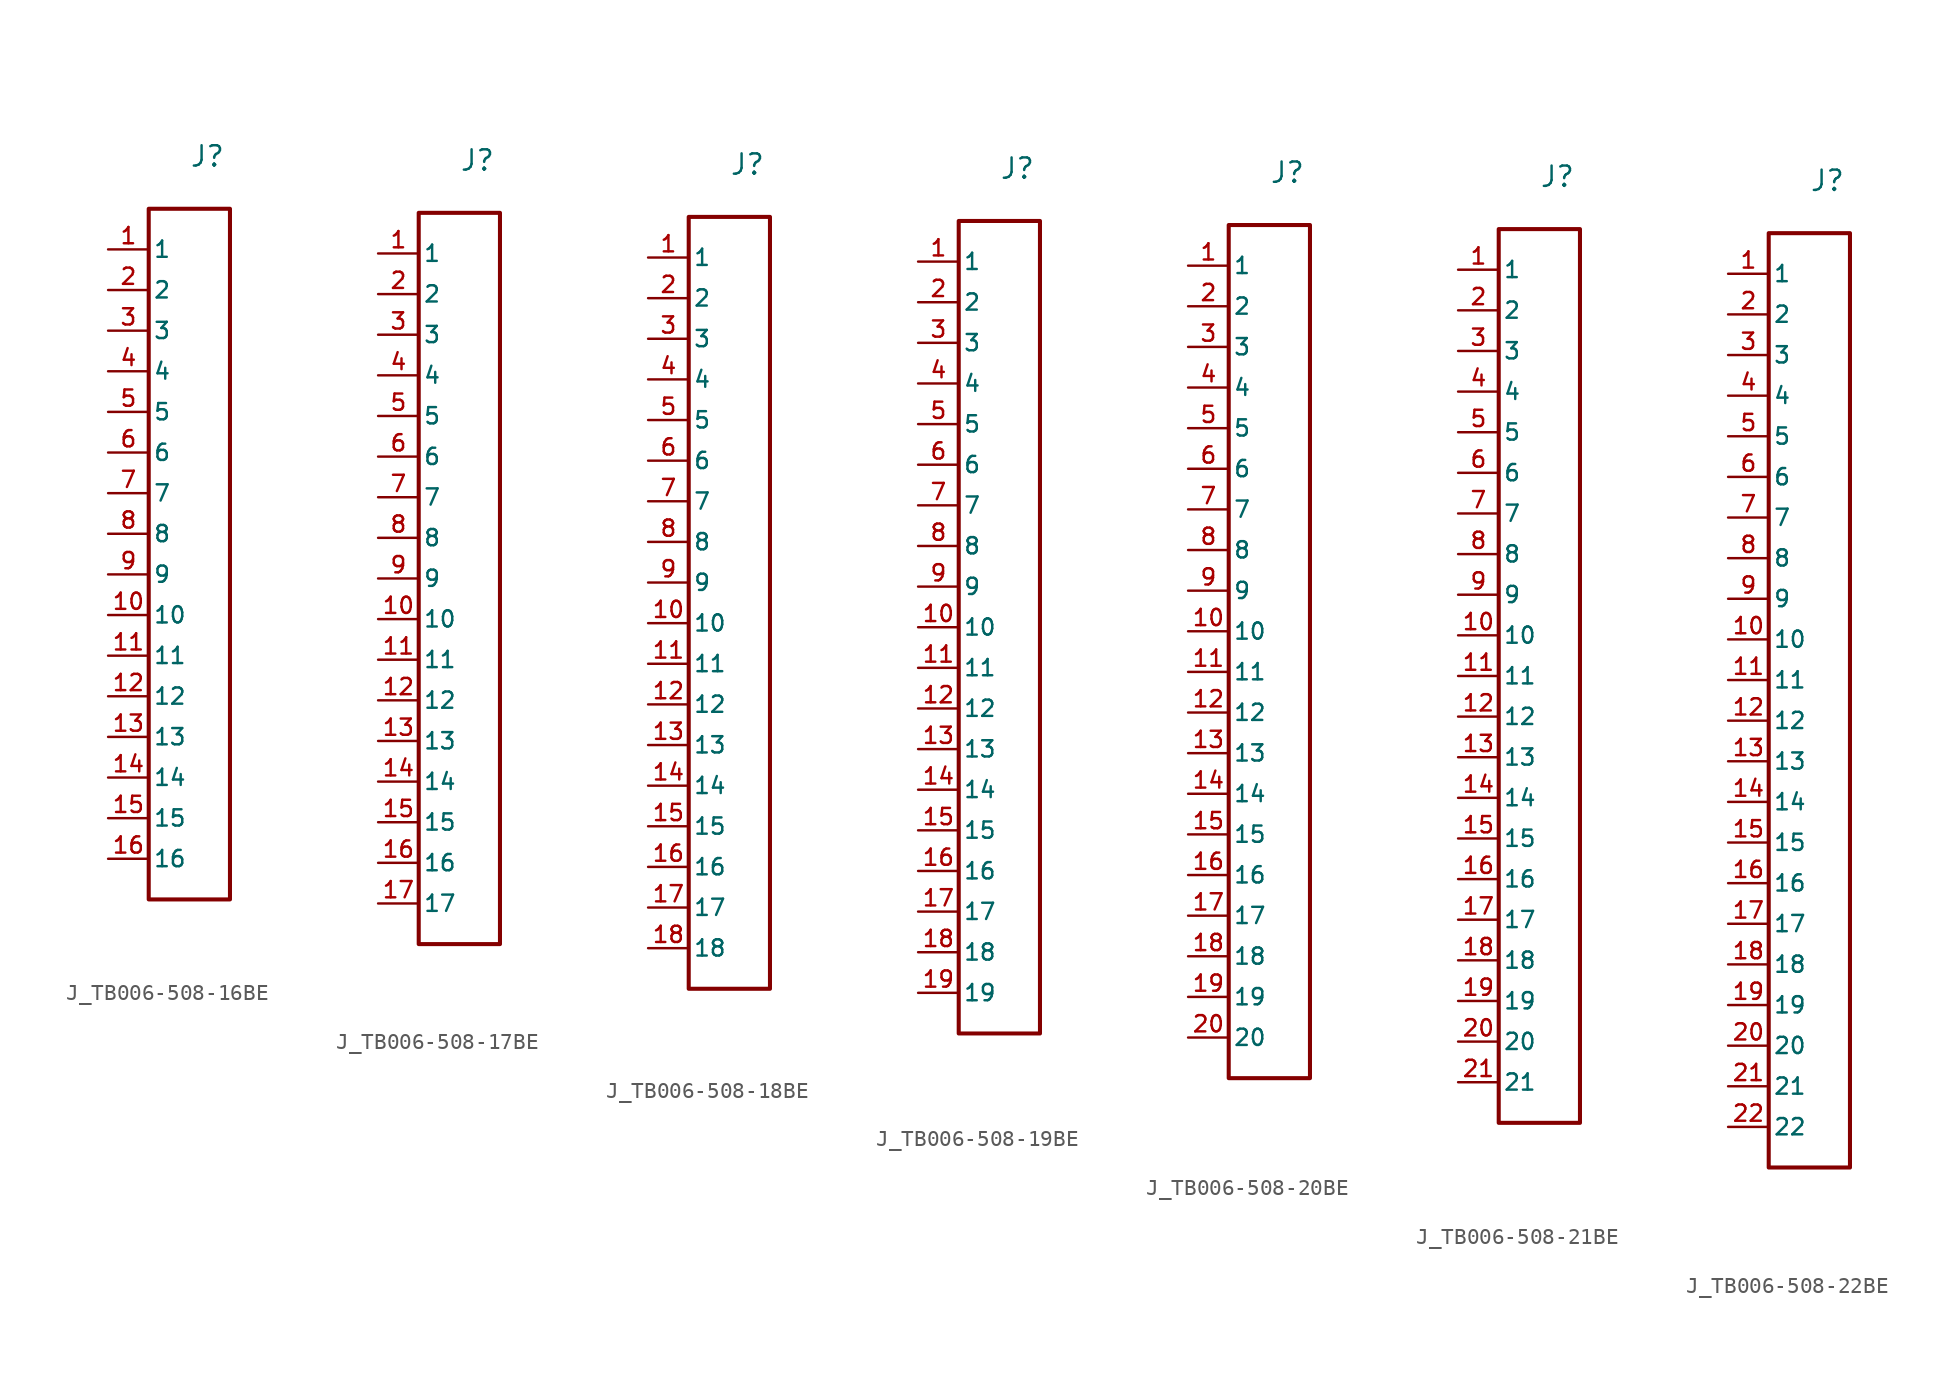
<source format=kicad_sym>
(kicad_symbol_lib
  (version 20231120)
  (generator "kicad_symbol_editor")
  (generator_version "8.0")
  (symbol "J_TB006-508-16BE"
    (pin_names
      (offset 0.254))
    (property "Reference" "J"
      (at 0 24.13 0)
      (effects (font (size 1.27 1.27)) (justify left bottom)))
    (symbol "J_TB006-508-16BE_0_0"
      (pin passive line (at -5.08 19.05 0) (length 2.54) (name "1" (effects (font (size 1.016 1.016)))) (number "1" (effects (font (size 1.016 1.016)))))
      (pin passive line (at -5.08 16.51 0) (length 2.54) (name "2" (effects (font (size 1.016 1.016)))) (number "2" (effects (font (size 1.016 1.016)))))
      (pin passive line (at -5.08 13.97 0) (length 2.54) (name "3" (effects (font (size 1.016 1.016)))) (number "3" (effects (font (size 1.016 1.016)))))
      (pin passive line (at -5.08 11.43 0) (length 2.54) (name "4" (effects (font (size 1.016 1.016)))) (number "4" (effects (font (size 1.016 1.016)))))
      (pin passive line (at -5.08 8.89 0) (length 2.54) (name "5" (effects (font (size 1.016 1.016)))) (number "5" (effects (font (size 1.016 1.016)))))
      (pin passive line (at -5.08 6.35 0) (length 2.54) (name "6" (effects (font (size 1.016 1.016)))) (number "6" (effects (font (size 1.016 1.016)))))
      (pin passive line (at -5.08 3.81 0) (length 2.54) (name "7" (effects (font (size 1.016 1.016)))) (number "7" (effects (font (size 1.016 1.016)))))
      (pin passive line (at -5.08 1.27 0) (length 2.54) (name "8" (effects (font (size 1.016 1.016)))) (number "8" (effects (font (size 1.016 1.016)))))
      (pin passive line (at -5.08 -1.27 0) (length 2.54) (name "9" (effects (font (size 1.016 1.016)))) (number "9" (effects (font (size 1.016 1.016)))))
      (pin passive line (at -5.08 -3.81 0) (length 2.54) (name "10" (effects (font (size 1.016 1.016)))) (number "10" (effects (font (size 1.016 1.016)))))
      (pin passive line (at -5.08 -6.35 0) (length 2.54) (name "11" (effects (font (size 1.016 1.016)))) (number "11" (effects (font (size 1.016 1.016)))))
      (pin passive line (at -5.08 -8.89 0) (length 2.54) (name "12" (effects (font (size 1.016 1.016)))) (number "12" (effects (font (size 1.016 1.016)))))
      (pin passive line (at -5.08 -11.43 0) (length 2.54) (name "13" (effects (font (size 1.016 1.016)))) (number "13" (effects (font (size 1.016 1.016)))))
      (pin passive line (at -5.08 -13.97 0) (length 2.54) (name "14" (effects (font (size 1.016 1.016)))) (number "14" (effects (font (size 1.016 1.016)))))
      (pin passive line (at -5.08 -16.51 0) (length 2.54) (name "15" (effects (font (size 1.016 1.016)))) (number "15" (effects (font (size 1.016 1.016)))))
      (pin passive line (at -5.08 -19.05 0) (length 2.54) (name "16" (effects (font (size 1.016 1.016)))) (number "16" (effects (font (size 1.016 1.016))))))
    (symbol "J_TB006-508-16BE_1_0"
      (rectangle (start -2.54 21.59) (end 2.54 -21.59) (stroke (width 0.254) (type solid)) (fill (type none)))))
  (symbol "J_TB006-508-17BE"
    (pin_names
      (offset 0.254))
    (property "Reference" "J"
      (at 0 25.4 0)
      (effects (font (size 1.27 1.27)) (justify left bottom)))
    (symbol "J_TB006-508-17BE_0_0"
      (pin passive line (at -5.08 20.32 0) (length 2.54) (name "1" (effects (font (size 1.016 1.016)))) (number "1" (effects (font (size 1.016 1.016)))))
      (pin passive line (at -5.08 17.78 0) (length 2.54) (name "2" (effects (font (size 1.016 1.016)))) (number "2" (effects (font (size 1.016 1.016)))))
      (pin passive line (at -5.08 15.24 0) (length 2.54) (name "3" (effects (font (size 1.016 1.016)))) (number "3" (effects (font (size 1.016 1.016)))))
      (pin passive line (at -5.08 12.7 0) (length 2.54) (name "4" (effects (font (size 1.016 1.016)))) (number "4" (effects (font (size 1.016 1.016)))))
      (pin passive line (at -5.08 10.16 0) (length 2.54) (name "5" (effects (font (size 1.016 1.016)))) (number "5" (effects (font (size 1.016 1.016)))))
      (pin passive line (at -5.08 7.62 0) (length 2.54) (name "6" (effects (font (size 1.016 1.016)))) (number "6" (effects (font (size 1.016 1.016)))))
      (pin passive line (at -5.08 5.08 0) (length 2.54) (name "7" (effects (font (size 1.016 1.016)))) (number "7" (effects (font (size 1.016 1.016)))))
      (pin passive line (at -5.08 2.54 0) (length 2.54) (name "8" (effects (font (size 1.016 1.016)))) (number "8" (effects (font (size 1.016 1.016)))))
      (pin passive line (at -5.08 0.0 0) (length 2.54) (name "9" (effects (font (size 1.016 1.016)))) (number "9" (effects (font (size 1.016 1.016)))))
      (pin passive line (at -5.08 -2.54 0) (length 2.54) (name "10" (effects (font (size 1.016 1.016)))) (number "10" (effects (font (size 1.016 1.016)))))
      (pin passive line (at -5.08 -5.08 0) (length 2.54) (name "11" (effects (font (size 1.016 1.016)))) (number "11" (effects (font (size 1.016 1.016)))))
      (pin passive line (at -5.08 -7.62 0) (length 2.54) (name "12" (effects (font (size 1.016 1.016)))) (number "12" (effects (font (size 1.016 1.016)))))
      (pin passive line (at -5.08 -10.16 0) (length 2.54) (name "13" (effects (font (size 1.016 1.016)))) (number "13" (effects (font (size 1.016 1.016)))))
      (pin passive line (at -5.08 -12.7 0) (length 2.54) (name "14" (effects (font (size 1.016 1.016)))) (number "14" (effects (font (size 1.016 1.016)))))
      (pin passive line (at -5.08 -15.24 0) (length 2.54) (name "15" (effects (font (size 1.016 1.016)))) (number "15" (effects (font (size 1.016 1.016)))))
      (pin passive line (at -5.08 -17.78 0) (length 2.54) (name "16" (effects (font (size 1.016 1.016)))) (number "16" (effects (font (size 1.016 1.016)))))
      (pin passive line (at -5.08 -20.32 0) (length 2.54) (name "17" (effects (font (size 1.016 1.016)))) (number "17" (effects (font (size 1.016 1.016))))))
    (symbol "J_TB006-508-17BE_1_0"
      (rectangle (start -2.54 22.86) (end 2.54 -22.86) (stroke (width 0.254) (type solid)) (fill (type none)))))
  (symbol "J_TB006-508-18BE"
    (pin_names
      (offset 0.254))
    (property "Reference" "J"
      (at 0 26.67 0)
      (effects (font (size 1.27 1.27)) (justify left bottom)))
    (symbol "J_TB006-508-18BE_0_0"
      (pin passive line (at -5.08 21.59 0) (length 2.54) (name "1" (effects (font (size 1.016 1.016)))) (number "1" (effects (font (size 1.016 1.016)))))
      (pin passive line (at -5.08 19.05 0) (length 2.54) (name "2" (effects (font (size 1.016 1.016)))) (number "2" (effects (font (size 1.016 1.016)))))
      (pin passive line (at -5.08 16.51 0) (length 2.54) (name "3" (effects (font (size 1.016 1.016)))) (number "3" (effects (font (size 1.016 1.016)))))
      (pin passive line (at -5.08 13.97 0) (length 2.54) (name "4" (effects (font (size 1.016 1.016)))) (number "4" (effects (font (size 1.016 1.016)))))
      (pin passive line (at -5.08 11.43 0) (length 2.54) (name "5" (effects (font (size 1.016 1.016)))) (number "5" (effects (font (size 1.016 1.016)))))
      (pin passive line (at -5.08 8.89 0) (length 2.54) (name "6" (effects (font (size 1.016 1.016)))) (number "6" (effects (font (size 1.016 1.016)))))
      (pin passive line (at -5.08 6.35 0) (length 2.54) (name "7" (effects (font (size 1.016 1.016)))) (number "7" (effects (font (size 1.016 1.016)))))
      (pin passive line (at -5.08 3.81 0) (length 2.54) (name "8" (effects (font (size 1.016 1.016)))) (number "8" (effects (font (size 1.016 1.016)))))
      (pin passive line (at -5.08 1.27 0) (length 2.54) (name "9" (effects (font (size 1.016 1.016)))) (number "9" (effects (font (size 1.016 1.016)))))
      (pin passive line (at -5.08 -1.27 0) (length 2.54) (name "10" (effects (font (size 1.016 1.016)))) (number "10" (effects (font (size 1.016 1.016)))))
      (pin passive line (at -5.08 -3.81 0) (length 2.54) (name "11" (effects (font (size 1.016 1.016)))) (number "11" (effects (font (size 1.016 1.016)))))
      (pin passive line (at -5.08 -6.35 0) (length 2.54) (name "12" (effects (font (size 1.016 1.016)))) (number "12" (effects (font (size 1.016 1.016)))))
      (pin passive line (at -5.08 -8.89 0) (length 2.54) (name "13" (effects (font (size 1.016 1.016)))) (number "13" (effects (font (size 1.016 1.016)))))
      (pin passive line (at -5.08 -11.43 0) (length 2.54) (name "14" (effects (font (size 1.016 1.016)))) (number "14" (effects (font (size 1.016 1.016)))))
      (pin passive line (at -5.08 -13.97 0) (length 2.54) (name "15" (effects (font (size 1.016 1.016)))) (number "15" (effects (font (size 1.016 1.016)))))
      (pin passive line (at -5.08 -16.51 0) (length 2.54) (name "16" (effects (font (size 1.016 1.016)))) (number "16" (effects (font (size 1.016 1.016)))))
      (pin passive line (at -5.08 -19.05 0) (length 2.54) (name "17" (effects (font (size 1.016 1.016)))) (number "17" (effects (font (size 1.016 1.016)))))
      (pin passive line (at -5.08 -21.59 0) (length 2.54) (name "18" (effects (font (size 1.016 1.016)))) (number "18" (effects (font (size 1.016 1.016))))))
    (symbol "J_TB006-508-18BE_1_0"
      (rectangle (start -2.54 24.13) (end 2.54 -24.13) (stroke (width 0.254) (type solid)) (fill (type none)))))
  (symbol "J_TB006-508-19BE"
    (pin_names
      (offset 0.254))
    (property "Reference" "J"
      (at 0 27.94 0)
      (effects (font (size 1.27 1.27)) (justify left bottom)))
    (symbol "J_TB006-508-19BE_0_0"
      (pin passive line (at -5.08 22.86 0) (length 2.54) (name "1" (effects (font (size 1.016 1.016)))) (number "1" (effects (font (size 1.016 1.016)))))
      (pin passive line (at -5.08 20.32 0) (length 2.54) (name "2" (effects (font (size 1.016 1.016)))) (number "2" (effects (font (size 1.016 1.016)))))
      (pin passive line (at -5.08 17.78 0) (length 2.54) (name "3" (effects (font (size 1.016 1.016)))) (number "3" (effects (font (size 1.016 1.016)))))
      (pin passive line (at -5.08 15.24 0) (length 2.54) (name "4" (effects (font (size 1.016 1.016)))) (number "4" (effects (font (size 1.016 1.016)))))
      (pin passive line (at -5.08 12.7 0) (length 2.54) (name "5" (effects (font (size 1.016 1.016)))) (number "5" (effects (font (size 1.016 1.016)))))
      (pin passive line (at -5.08 10.16 0) (length 2.54) (name "6" (effects (font (size 1.016 1.016)))) (number "6" (effects (font (size 1.016 1.016)))))
      (pin passive line (at -5.08 7.62 0) (length 2.54) (name "7" (effects (font (size 1.016 1.016)))) (number "7" (effects (font (size 1.016 1.016)))))
      (pin passive line (at -5.08 5.08 0) (length 2.54) (name "8" (effects (font (size 1.016 1.016)))) (number "8" (effects (font (size 1.016 1.016)))))
      (pin passive line (at -5.08 2.54 0) (length 2.54) (name "9" (effects (font (size 1.016 1.016)))) (number "9" (effects (font (size 1.016 1.016)))))
      (pin passive line (at -5.08 0.0 0) (length 2.54) (name "10" (effects (font (size 1.016 1.016)))) (number "10" (effects (font (size 1.016 1.016)))))
      (pin passive line (at -5.08 -2.54 0) (length 2.54) (name "11" (effects (font (size 1.016 1.016)))) (number "11" (effects (font (size 1.016 1.016)))))
      (pin passive line (at -5.08 -5.08 0) (length 2.54) (name "12" (effects (font (size 1.016 1.016)))) (number "12" (effects (font (size 1.016 1.016)))))
      (pin passive line (at -5.08 -7.62 0) (length 2.54) (name "13" (effects (font (size 1.016 1.016)))) (number "13" (effects (font (size 1.016 1.016)))))
      (pin passive line (at -5.08 -10.16 0) (length 2.54) (name "14" (effects (font (size 1.016 1.016)))) (number "14" (effects (font (size 1.016 1.016)))))
      (pin passive line (at -5.08 -12.7 0) (length 2.54) (name "15" (effects (font (size 1.016 1.016)))) (number "15" (effects (font (size 1.016 1.016)))))
      (pin passive line (at -5.08 -15.24 0) (length 2.54) (name "16" (effects (font (size 1.016 1.016)))) (number "16" (effects (font (size 1.016 1.016)))))
      (pin passive line (at -5.08 -17.78 0) (length 2.54) (name "17" (effects (font (size 1.016 1.016)))) (number "17" (effects (font (size 1.016 1.016)))))
      (pin passive line (at -5.08 -20.32 0) (length 2.54) (name "18" (effects (font (size 1.016 1.016)))) (number "18" (effects (font (size 1.016 1.016)))))
      (pin passive line (at -5.08 -22.86 0) (length 2.54) (name "19" (effects (font (size 1.016 1.016)))) (number "19" (effects (font (size 1.016 1.016))))))
    (symbol "J_TB006-508-19BE_1_0"
      (rectangle (start -2.54 25.4) (end 2.54 -25.4) (stroke (width 0.254) (type solid)) (fill (type none)))))
  (symbol "J_TB006-508-20BE"
    (pin_names
      (offset 0.254))
    (property "Reference" "J"
      (at 0 29.21 0)
      (effects (font (size 1.27 1.27)) (justify left bottom)))
    (symbol "J_TB006-508-20BE_0_0"
      (pin passive line (at -5.08 24.13 0) (length 2.54) (name "1" (effects (font (size 1.016 1.016)))) (number "1" (effects (font (size 1.016 1.016)))))
      (pin passive line (at -5.08 21.59 0) (length 2.54) (name "2" (effects (font (size 1.016 1.016)))) (number "2" (effects (font (size 1.016 1.016)))))
      (pin passive line (at -5.08 19.05 0) (length 2.54) (name "3" (effects (font (size 1.016 1.016)))) (number "3" (effects (font (size 1.016 1.016)))))
      (pin passive line (at -5.08 16.51 0) (length 2.54) (name "4" (effects (font (size 1.016 1.016)))) (number "4" (effects (font (size 1.016 1.016)))))
      (pin passive line (at -5.08 13.97 0) (length 2.54) (name "5" (effects (font (size 1.016 1.016)))) (number "5" (effects (font (size 1.016 1.016)))))
      (pin passive line (at -5.08 11.43 0) (length 2.54) (name "6" (effects (font (size 1.016 1.016)))) (number "6" (effects (font (size 1.016 1.016)))))
      (pin passive line (at -5.08 8.89 0) (length 2.54) (name "7" (effects (font (size 1.016 1.016)))) (number "7" (effects (font (size 1.016 1.016)))))
      (pin passive line (at -5.08 6.35 0) (length 2.54) (name "8" (effects (font (size 1.016 1.016)))) (number "8" (effects (font (size 1.016 1.016)))))
      (pin passive line (at -5.08 3.81 0) (length 2.54) (name "9" (effects (font (size 1.016 1.016)))) (number "9" (effects (font (size 1.016 1.016)))))
      (pin passive line (at -5.08 1.27 0) (length 2.54) (name "10" (effects (font (size 1.016 1.016)))) (number "10" (effects (font (size 1.016 1.016)))))
      (pin passive line (at -5.08 -1.27 0) (length 2.54) (name "11" (effects (font (size 1.016 1.016)))) (number "11" (effects (font (size 1.016 1.016)))))
      (pin passive line (at -5.08 -3.81 0) (length 2.54) (name "12" (effects (font (size 1.016 1.016)))) (number "12" (effects (font (size 1.016 1.016)))))
      (pin passive line (at -5.08 -6.35 0) (length 2.54) (name "13" (effects (font (size 1.016 1.016)))) (number "13" (effects (font (size 1.016 1.016)))))
      (pin passive line (at -5.08 -8.89 0) (length 2.54) (name "14" (effects (font (size 1.016 1.016)))) (number "14" (effects (font (size 1.016 1.016)))))
      (pin passive line (at -5.08 -11.43 0) (length 2.54) (name "15" (effects (font (size 1.016 1.016)))) (number "15" (effects (font (size 1.016 1.016)))))
      (pin passive line (at -5.08 -13.97 0) (length 2.54) (name "16" (effects (font (size 1.016 1.016)))) (number "16" (effects (font (size 1.016 1.016)))))
      (pin passive line (at -5.08 -16.51 0) (length 2.54) (name "17" (effects (font (size 1.016 1.016)))) (number "17" (effects (font (size 1.016 1.016)))))
      (pin passive line (at -5.08 -19.05 0) (length 2.54) (name "18" (effects (font (size 1.016 1.016)))) (number "18" (effects (font (size 1.016 1.016)))))
      (pin passive line (at -5.08 -21.59 0) (length 2.54) (name "19" (effects (font (size 1.016 1.016)))) (number "19" (effects (font (size 1.016 1.016)))))
      (pin passive line (at -5.08 -24.13 0) (length 2.54) (name "20" (effects (font (size 1.016 1.016)))) (number "20" (effects (font (size 1.016 1.016))))))
    (symbol "J_TB006-508-20BE_1_0"
      (rectangle (start -2.54 26.67) (end 2.54 -26.67) (stroke (width 0.254) (type solid)) (fill (type none)))))
  (symbol "J_TB006-508-21BE"
    (pin_names
      (offset 0.254))
    (property "Reference" "J"
      (at 0 30.48 0)
      (effects (font (size 1.27 1.27)) (justify left bottom)))
    (symbol "J_TB006-508-21BE_0_0"
      (pin passive line (at -5.08 25.4 0) (length 2.54) (name "1" (effects (font (size 1.016 1.016)))) (number "1" (effects (font (size 1.016 1.016)))))
      (pin passive line (at -5.08 22.86 0) (length 2.54) (name "2" (effects (font (size 1.016 1.016)))) (number "2" (effects (font (size 1.016 1.016)))))
      (pin passive line (at -5.08 20.32 0) (length 2.54) (name "3" (effects (font (size 1.016 1.016)))) (number "3" (effects (font (size 1.016 1.016)))))
      (pin passive line (at -5.08 17.78 0) (length 2.54) (name "4" (effects (font (size 1.016 1.016)))) (number "4" (effects (font (size 1.016 1.016)))))
      (pin passive line (at -5.08 15.24 0) (length 2.54) (name "5" (effects (font (size 1.016 1.016)))) (number "5" (effects (font (size 1.016 1.016)))))
      (pin passive line (at -5.08 12.7 0) (length 2.54) (name "6" (effects (font (size 1.016 1.016)))) (number "6" (effects (font (size 1.016 1.016)))))
      (pin passive line (at -5.08 10.16 0) (length 2.54) (name "7" (effects (font (size 1.016 1.016)))) (number "7" (effects (font (size 1.016 1.016)))))
      (pin passive line (at -5.08 7.62 0) (length 2.54) (name "8" (effects (font (size 1.016 1.016)))) (number "8" (effects (font (size 1.016 1.016)))))
      (pin passive line (at -5.08 5.08 0) (length 2.54) (name "9" (effects (font (size 1.016 1.016)))) (number "9" (effects (font (size 1.016 1.016)))))
      (pin passive line (at -5.08 2.54 0) (length 2.54) (name "10" (effects (font (size 1.016 1.016)))) (number "10" (effects (font (size 1.016 1.016)))))
      (pin passive line (at -5.08 0.0 0) (length 2.54) (name "11" (effects (font (size 1.016 1.016)))) (number "11" (effects (font (size 1.016 1.016)))))
      (pin passive line (at -5.08 -2.54 0) (length 2.54) (name "12" (effects (font (size 1.016 1.016)))) (number "12" (effects (font (size 1.016 1.016)))))
      (pin passive line (at -5.08 -5.08 0) (length 2.54) (name "13" (effects (font (size 1.016 1.016)))) (number "13" (effects (font (size 1.016 1.016)))))
      (pin passive line (at -5.08 -7.62 0) (length 2.54) (name "14" (effects (font (size 1.016 1.016)))) (number "14" (effects (font (size 1.016 1.016)))))
      (pin passive line (at -5.08 -10.16 0) (length 2.54) (name "15" (effects (font (size 1.016 1.016)))) (number "15" (effects (font (size 1.016 1.016)))))
      (pin passive line (at -5.08 -12.7 0) (length 2.54) (name "16" (effects (font (size 1.016 1.016)))) (number "16" (effects (font (size 1.016 1.016)))))
      (pin passive line (at -5.08 -15.24 0) (length 2.54) (name "17" (effects (font (size 1.016 1.016)))) (number "17" (effects (font (size 1.016 1.016)))))
      (pin passive line (at -5.08 -17.78 0) (length 2.54) (name "18" (effects (font (size 1.016 1.016)))) (number "18" (effects (font (size 1.016 1.016)))))
      (pin passive line (at -5.08 -20.32 0) (length 2.54) (name "19" (effects (font (size 1.016 1.016)))) (number "19" (effects (font (size 1.016 1.016)))))
      (pin passive line (at -5.08 -22.86 0) (length 2.54) (name "20" (effects (font (size 1.016 1.016)))) (number "20" (effects (font (size 1.016 1.016)))))
      (pin passive line (at -5.08 -25.4 0) (length 2.54) (name "21" (effects (font (size 1.016 1.016)))) (number "21" (effects (font (size 1.016 1.016))))))
    (symbol "J_TB006-508-21BE_1_0"
      (rectangle (start -2.54 27.94) (end 2.54 -27.94) (stroke (width 0.254) (type solid)) (fill (type none)))))
  (symbol "J_TB006-508-22BE"
    (pin_names
      (offset 0.254))
    (property "Reference" "J"
      (at 0 31.75 0)
      (effects (font (size 1.27 1.27)) (justify left bottom)))
    (symbol "J_TB006-508-22BE_0_0"
      (pin passive line (at -5.08 26.67 0) (length 2.54) (name "1" (effects (font (size 1.016 1.016)))) (number "1" (effects (font (size 1.016 1.016)))))
      (pin passive line (at -5.08 24.13 0) (length 2.54) (name "2" (effects (font (size 1.016 1.016)))) (number "2" (effects (font (size 1.016 1.016)))))
      (pin passive line (at -5.08 21.59 0) (length 2.54) (name "3" (effects (font (size 1.016 1.016)))) (number "3" (effects (font (size 1.016 1.016)))))
      (pin passive line (at -5.08 19.05 0) (length 2.54) (name "4" (effects (font (size 1.016 1.016)))) (number "4" (effects (font (size 1.016 1.016)))))
      (pin passive line (at -5.08 16.51 0) (length 2.54) (name "5" (effects (font (size 1.016 1.016)))) (number "5" (effects (font (size 1.016 1.016)))))
      (pin passive line (at -5.08 13.97 0) (length 2.54) (name "6" (effects (font (size 1.016 1.016)))) (number "6" (effects (font (size 1.016 1.016)))))
      (pin passive line (at -5.08 11.43 0) (length 2.54) (name "7" (effects (font (size 1.016 1.016)))) (number "7" (effects (font (size 1.016 1.016)))))
      (pin passive line (at -5.08 8.89 0) (length 2.54) (name "8" (effects (font (size 1.016 1.016)))) (number "8" (effects (font (size 1.016 1.016)))))
      (pin passive line (at -5.08 6.35 0) (length 2.54) (name "9" (effects (font (size 1.016 1.016)))) (number "9" (effects (font (size 1.016 1.016)))))
      (pin passive line (at -5.08 3.81 0) (length 2.54) (name "10" (effects (font (size 1.016 1.016)))) (number "10" (effects (font (size 1.016 1.016)))))
      (pin passive line (at -5.08 1.27 0) (length 2.54) (name "11" (effects (font (size 1.016 1.016)))) (number "11" (effects (font (size 1.016 1.016)))))
      (pin passive line (at -5.08 -1.27 0) (length 2.54) (name "12" (effects (font (size 1.016 1.016)))) (number "12" (effects (font (size 1.016 1.016)))))
      (pin passive line (at -5.08 -3.81 0) (length 2.54) (name "13" (effects (font (size 1.016 1.016)))) (number "13" (effects (font (size 1.016 1.016)))))
      (pin passive line (at -5.08 -6.35 0) (length 2.54) (name "14" (effects (font (size 1.016 1.016)))) (number "14" (effects (font (size 1.016 1.016)))))
      (pin passive line (at -5.08 -8.89 0) (length 2.54) (name "15" (effects (font (size 1.016 1.016)))) (number "15" (effects (font (size 1.016 1.016)))))
      (pin passive line (at -5.08 -11.43 0) (length 2.54) (name "16" (effects (font (size 1.016 1.016)))) (number "16" (effects (font (size 1.016 1.016)))))
      (pin passive line (at -5.08 -13.97 0) (length 2.54) (name "17" (effects (font (size 1.016 1.016)))) (number "17" (effects (font (size 1.016 1.016)))))
      (pin passive line (at -5.08 -16.51 0) (length 2.54) (name "18" (effects (font (size 1.016 1.016)))) (number "18" (effects (font (size 1.016 1.016)))))
      (pin passive line (at -5.08 -19.05 0) (length 2.54) (name "19" (effects (font (size 1.016 1.016)))) (number "19" (effects (font (size 1.016 1.016)))))
      (pin passive line (at -5.08 -21.59 0) (length 2.54) (name "20" (effects (font (size 1.016 1.016)))) (number "20" (effects (font (size 1.016 1.016)))))
      (pin passive line (at -5.08 -24.13 0) (length 2.54) (name "21" (effects (font (size 1.016 1.016)))) (number "21" (effects (font (size 1.016 1.016)))))
      (pin passive line (at -5.08 -26.67 0) (length 2.54) (name "22" (effects (font (size 1.016 1.016)))) (number "22" (effects (font (size 1.016 1.016))))))
    (symbol "J_TB006-508-22BE_1_0"
      (rectangle (start -2.54 29.21) (end 2.54 -29.21) (stroke (width 0.254) (type solid)) (fill (type none))))))
</source>
